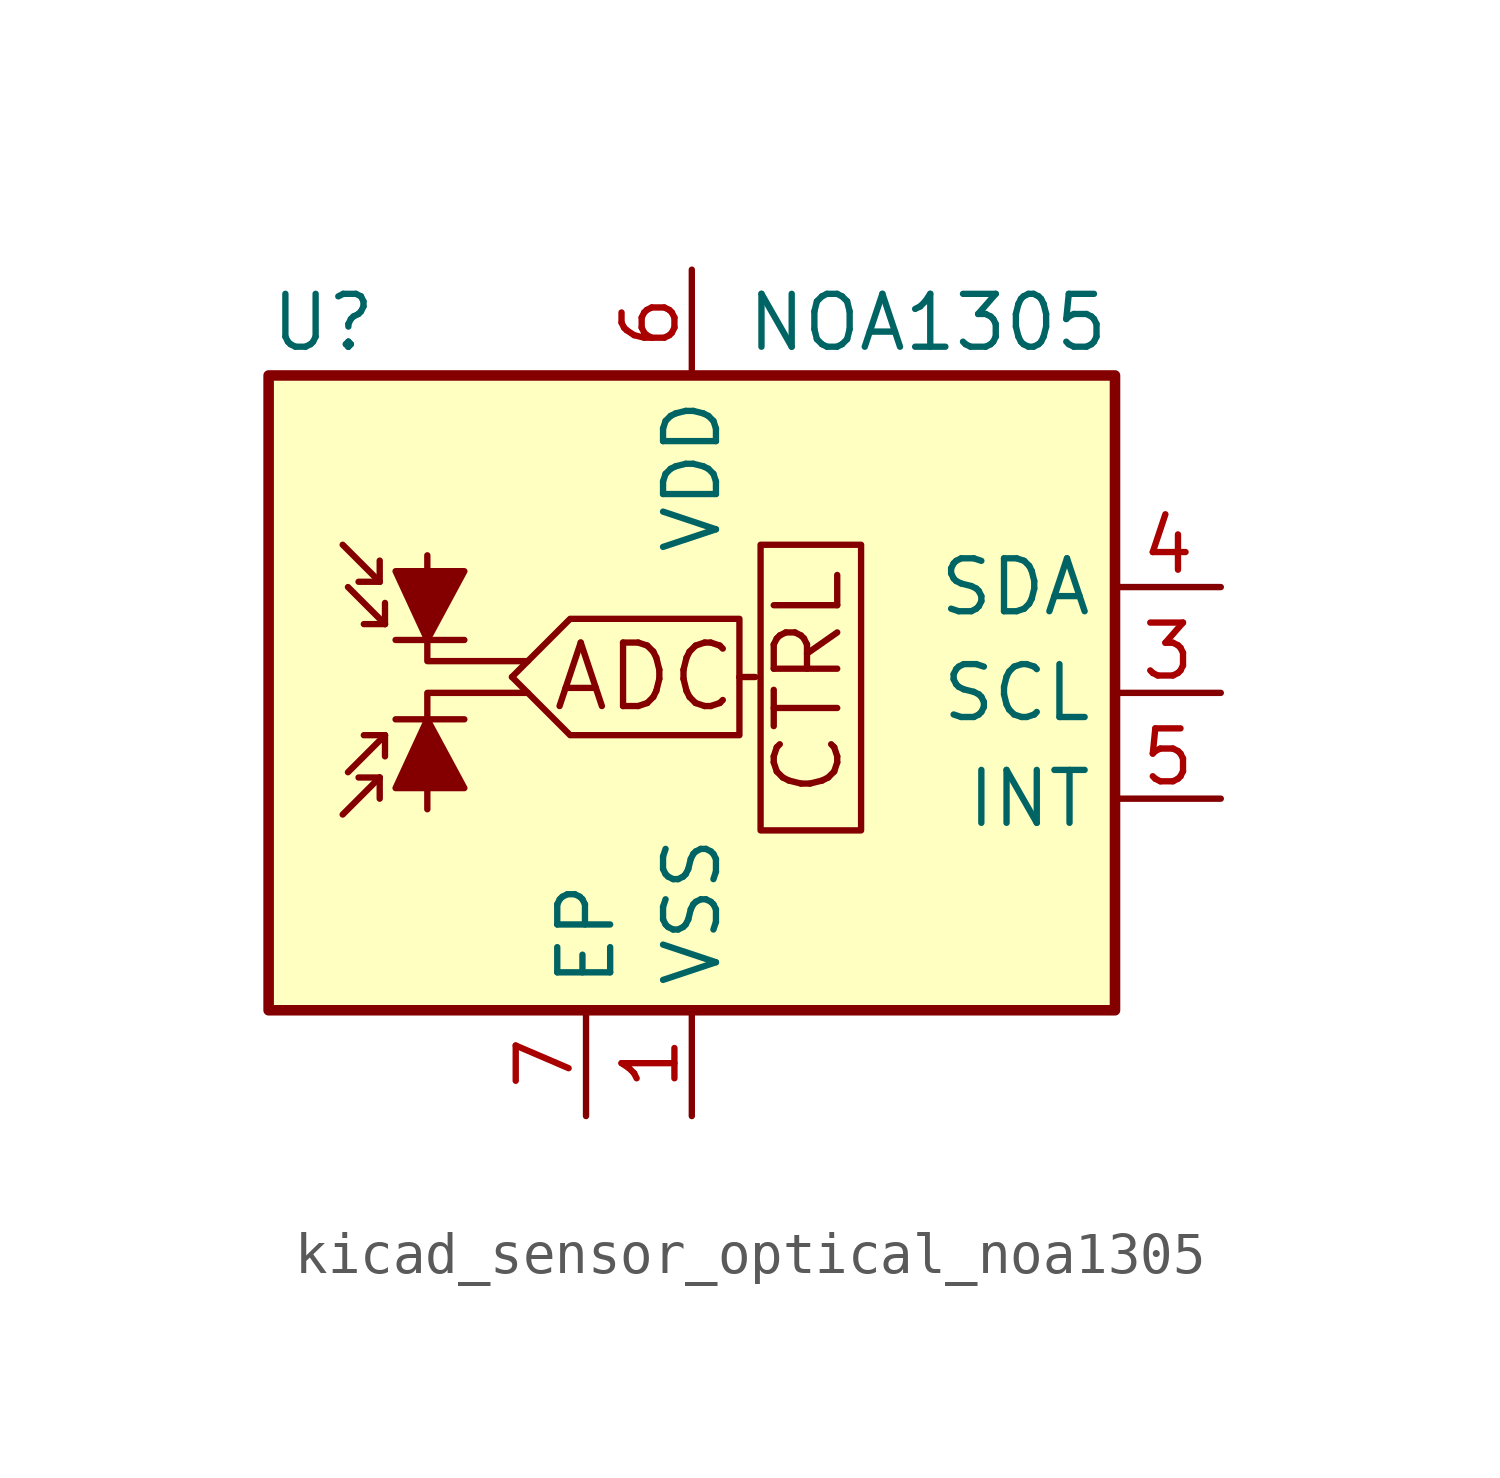
<source format=kicad_sym>
(kicad_symbol_lib
  (version 20220914)
  (generator kicad_symbol_editor)
  (symbol "kicad_sensor_optical_noa1305"
    (property "Reference" "U"
      (at -10.16 8.89 0)
      (effects (font (size 1.27 1.27)) (justify left)))
    (property "Value" "NOA1305"
      (at 1.27 8.89 0)
      (effects (font (size 1.27 1.27)) (justify left)))
    (symbol "kicad_sensor_optical_noa1305_0_0"
      (polyline (pts (xy 1.143 0.381) (xy 1.524 0.381)) (stroke (width 0) (type default)) (fill (type none)))
      (polyline (pts (xy -6.35 -2.794) (xy -6.35 0) (xy -3.937 0)) (stroke (width 0) (type default)) (fill (type none)))
      (polyline (pts (xy -6.35 3.302) (xy -6.35 0.762) (xy -3.937 0.762)) (stroke (width 0) (type default)) (fill (type none)))
      (polyline (pts (xy -4.318 0.381) (xy -2.921 -1.016) (xy 1.143 -1.016) (xy 1.143 0.381)) (stroke (width 0) (type default)) (fill (type none)))
      (polyline (pts (xy -4.318 0.381) (xy -2.921 1.778) (xy 1.143 1.778) (xy 1.143 0.381)) (stroke (width 0) (type default)) (fill (type none)))
      (rectangle (start 1.651 3.556) (end 4.064 -3.302) (stroke (width 0) (type default)) (fill (type none)))
      (text "ADC" (at -1.143 0.381 0) (effects (font (size 1.524 1.524))))
      (text "CTRL" (at 2.794 0.254 900) (effects (font (size 1.524 1.524)))))
    (symbol "kicad_sensor_optical_noa1305_0_1"
      (polyline (pts (xy -7.493 -2.032) (xy -8.382 -2.921)) (stroke (width 0) (type default)) (fill (type none)))
      (polyline (pts (xy -7.493 -2.032) (xy -8.001 -2.032)) (stroke (width 0) (type default)) (fill (type none)))
      (polyline (pts (xy -7.493 -2.032) (xy -7.493 -2.54)) (stroke (width 0) (type default)) (fill (type none)))
      (polyline (pts (xy -7.493 2.667) (xy -8.382 3.556)) (stroke (width 0) (type default)) (fill (type none)))
      (polyline (pts (xy -7.493 2.667) (xy -8.001 2.667)) (stroke (width 0) (type default)) (fill (type none)))
      (polyline (pts (xy -7.493 2.667) (xy -7.493 3.175)) (stroke (width 0) (type default)) (fill (type none)))
      (polyline (pts (xy -7.366 -1.016) (xy -8.255 -1.905)) (stroke (width 0) (type default)) (fill (type none)))
      (polyline (pts (xy -7.366 -1.016) (xy -7.874 -1.016)) (stroke (width 0) (type default)) (fill (type none)))
      (polyline (pts (xy -7.366 -1.016) (xy -7.366 -1.524)) (stroke (width 0) (type default)) (fill (type none)))
      (polyline (pts (xy -7.366 1.651) (xy -8.255 2.54)) (stroke (width 0) (type default)) (fill (type none)))
      (polyline (pts (xy -7.366 1.651) (xy -7.874 1.651)) (stroke (width 0) (type default)) (fill (type none)))
      (polyline (pts (xy -7.366 1.651) (xy -7.366 2.159)) (stroke (width 0) (type default)) (fill (type none)))
      (polyline (pts (xy -7.112 -0.635) (xy -5.461 -0.635)) (stroke (width 0) (type default)) (fill (type none)))
      (polyline (pts (xy -7.112 1.27) (xy -5.461 1.27)) (stroke (width 0) (type default)) (fill (type none)))
      (polyline (pts (xy -7.112 -2.286) (xy -5.461 -2.286) (xy -6.35 -0.635) (xy -7.112 -2.286)) (stroke (width 0) (type default)) (fill (type outline)))
      (polyline (pts (xy -7.112 2.921) (xy -5.461 2.921) (xy -6.35 1.27) (xy -7.112 2.921)) (stroke (width 0) (type default)) (fill (type outline)))
      (rectangle (start 10.16 7.62) (end -10.16 -7.62) (stroke (width 0.254) (type default)) (fill (type background))))
    (symbol "kicad_sensor_optical_noa1305_1_1"
      (pin power_in line (at 0 -10.16 90) (length 2.54) (name "VSS" (effects (font (size 1.27 1.27)))) (number "1" (effects (font (size 1.27 1.27)))))
      (pin no_connect line (at -10.16 5.08 0) (length 2.54) hide (name "NC" (effects (font (size 1.27 1.27)))) (number "2" (effects (font (size 1.27 1.27)))))
      (pin input line (at 12.7 0 180) (length 2.54) (name "SCL" (effects (font (size 1.27 1.27)))) (number "3" (effects (font (size 1.27 1.27)))))
      (pin bidirectional line (at 12.7 2.54 180) (length 2.54) (name "SDA" (effects (font (size 1.27 1.27)))) (number "4" (effects (font (size 1.27 1.27)))))
      (pin open_collector line (at 12.7 -2.54 180) (length 2.54) (name "INT" (effects (font (size 1.27 1.27)))) (number "5" (effects (font (size 1.27 1.27)))))
      (pin power_in line (at 0 10.16 270) (length 2.54) (name "VDD" (effects (font (size 1.27 1.27)))) (number "6" (effects (font (size 1.27 1.27)))))
      (pin passive line (at -2.54 -10.16 90) (length 2.54) (name "EP" (effects (font (size 1.27 1.27)))) (number "7" (effects (font (size 1.27 1.27))))))))
</source>
